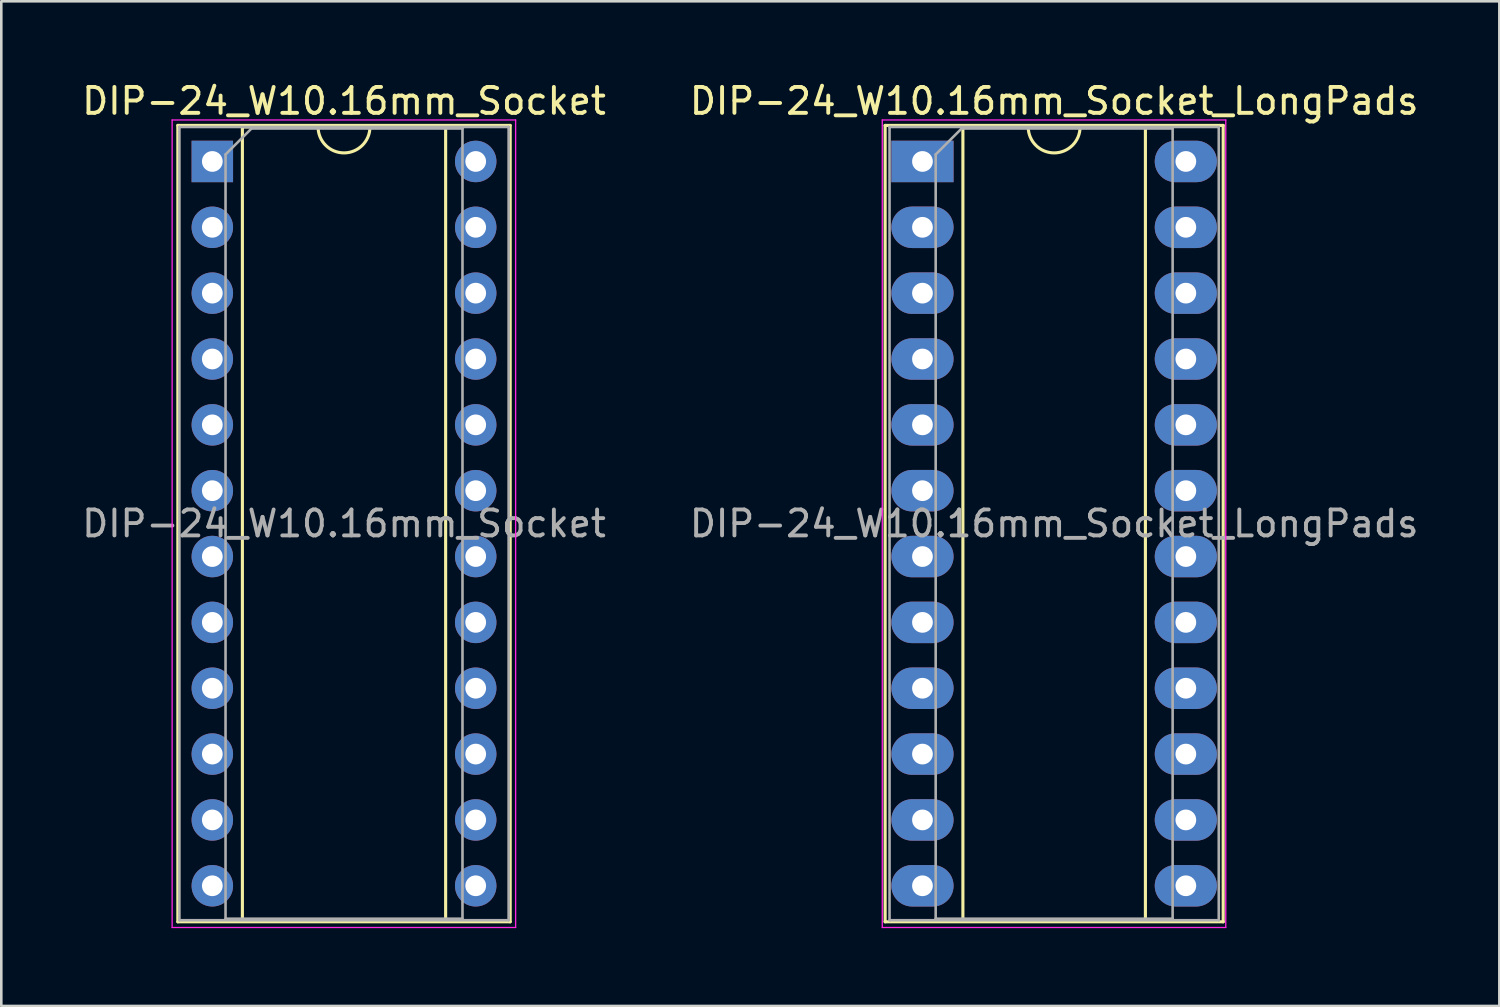
<source format=kicad_pcb>
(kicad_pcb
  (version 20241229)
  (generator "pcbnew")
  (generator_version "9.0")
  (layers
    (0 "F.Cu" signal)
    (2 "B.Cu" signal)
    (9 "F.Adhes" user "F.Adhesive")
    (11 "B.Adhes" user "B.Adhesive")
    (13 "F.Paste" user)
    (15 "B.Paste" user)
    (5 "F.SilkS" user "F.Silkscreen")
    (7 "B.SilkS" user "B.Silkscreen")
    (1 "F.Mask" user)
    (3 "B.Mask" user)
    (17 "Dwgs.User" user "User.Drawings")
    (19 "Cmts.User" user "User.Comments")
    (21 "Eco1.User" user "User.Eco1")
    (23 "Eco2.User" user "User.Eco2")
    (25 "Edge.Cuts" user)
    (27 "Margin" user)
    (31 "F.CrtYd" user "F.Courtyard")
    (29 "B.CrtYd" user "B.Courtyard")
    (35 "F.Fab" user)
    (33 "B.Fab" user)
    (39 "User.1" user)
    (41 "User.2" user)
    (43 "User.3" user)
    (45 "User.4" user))
  (footprint "DIP-24_W10.16mm_Socket"
    (layer "F.Cu")
    (at 5.14 3.178)
    (property "Reference" "DIP-24_W10.16mm_Socket" (at 5.08 -2.33 0) (layer "F.SilkS") (effects (font (size 1 1) (thickness 0.15))))
    (attr through_hole)
    (fp_line (start -1.33 -1.39) (end -1.33 29.33) (stroke (width 0.12) (type solid)) (layer "F.SilkS"))
    (fp_line (start -1.33 29.33) (end 11.49 29.33) (stroke (width 0.12) (type solid)) (layer "F.SilkS"))
    (fp_line (start 1.16 -1.33) (end 1.16 29.27) (stroke (width 0.12) (type solid)) (layer "F.SilkS"))
    (fp_line (start 1.16 29.27) (end 9 29.27) (stroke (width 0.12) (type solid)) (layer "F.SilkS"))
    (fp_line (start 4.08 -1.33) (end 1.16 -1.33) (stroke (width 0.12) (type solid)) (layer "F.SilkS"))
    (fp_line (start 9 -1.33) (end 6.08 -1.33) (stroke (width 0.12) (type solid)) (layer "F.SilkS"))
    (fp_line (start 9 29.27) (end 9 -1.33) (stroke (width 0.12) (type solid)) (layer "F.SilkS"))
    (fp_line (start 11.49 -1.39) (end -1.33 -1.39) (stroke (width 0.12) (type solid)) (layer "F.SilkS"))
    (fp_line (start 11.49 29.33) (end 11.49 -1.39) (stroke (width 0.12) (type solid)) (layer "F.SilkS"))
    (fp_arc (start 6.08 -1.33) (mid 5.08 -0.33) (end 4.08 -1.33) (stroke (width 0.12) (type solid)) (layer "F.SilkS"))
    (fp_line (start -1.55 -1.6) (end -1.55 29.55) (stroke (width 0.05) (type solid)) (layer "F.CrtYd"))
    (fp_line (start -1.55 29.55) (end 11.7 29.55) (stroke (width 0.05) (type solid)) (layer "F.CrtYd"))
    (fp_line (start 11.7 -1.6) (end -1.55 -1.6) (stroke (width 0.05) (type solid)) (layer "F.CrtYd"))
    (fp_line (start 11.7 29.55) (end 11.7 -1.6) (stroke (width 0.05) (type solid)) (layer "F.CrtYd"))
    (fp_line (start -1.27 -1.33) (end -1.27 29.27) (stroke (width 0.1) (type solid)) (layer "F.Fab"))
    (fp_line (start -1.27 29.27) (end 11.43 29.27) (stroke (width 0.1) (type solid)) (layer "F.Fab"))
    (fp_line (start 0.51 -0.27) (end 1.51 -1.27) (stroke (width 0.1) (type solid)) (layer "F.Fab"))
    (fp_line (start 0.51 29.21) (end 0.51 -0.27) (stroke (width 0.1) (type solid)) (layer "F.Fab"))
    (fp_line (start 1.51 -1.27) (end 9.65 -1.27) (stroke (width 0.1) (type solid)) (layer "F.Fab"))
    (fp_line (start 9.65 -1.27) (end 9.65 29.21) (stroke (width 0.1) (type solid)) (layer "F.Fab"))
    (fp_line (start 9.65 29.21) (end 0.51 29.21) (stroke (width 0.1) (type solid)) (layer "F.Fab"))
    (fp_line (start 11.43 -1.33) (end -1.27 -1.33) (stroke (width 0.1) (type solid)) (layer "F.Fab"))
    (fp_line (start 11.43 29.27) (end 11.43 -1.33) (stroke (width 0.1) (type solid)) (layer "F.Fab"))
    (fp_text user "${REFERENCE}" (at 5.08 13.97 0) (layer "F.Fab") (effects (font (size 1 1) (thickness 0.15))))
    (pad "1" thru_hole rect (at 0 0) (size 1.6 1.6) (drill 0.8) (layers "*.Cu" "*.Mask"))
    (pad "2" thru_hole oval (at 0 2.54) (size 1.6 1.6) (drill 0.8) (layers "*.Cu" "*.Mask"))
    (pad "3" thru_hole oval (at 0 5.08) (size 1.6 1.6) (drill 0.8) (layers "*.Cu" "*.Mask"))
    (pad "4" thru_hole oval (at 0 7.62) (size 1.6 1.6) (drill 0.8) (layers "*.Cu" "*.Mask"))
    (pad "5" thru_hole oval (at 0 10.16) (size 1.6 1.6) (drill 0.8) (layers "*.Cu" "*.Mask"))
    (pad "6" thru_hole oval (at 0 12.7) (size 1.6 1.6) (drill 0.8) (layers "*.Cu" "*.Mask"))
    (pad "7" thru_hole oval (at 0 15.24) (size 1.6 1.6) (drill 0.8) (layers "*.Cu" "*.Mask"))
    (pad "8" thru_hole oval (at 0 17.78) (size 1.6 1.6) (drill 0.8) (layers "*.Cu" "*.Mask"))
    (pad "9" thru_hole oval (at 0 20.32) (size 1.6 1.6) (drill 0.8) (layers "*.Cu" "*.Mask"))
    (pad "10" thru_hole oval (at 0 22.86) (size 1.6 1.6) (drill 0.8) (layers "*.Cu" "*.Mask"))
    (pad "11" thru_hole oval (at 0 25.4) (size 1.6 1.6) (drill 0.8) (layers "*.Cu" "*.Mask"))
    (pad "12" thru_hole oval (at 0 27.94) (size 1.6 1.6) (drill 0.8) (layers "*.Cu" "*.Mask"))
    (pad "13" thru_hole oval (at 10.16 27.94) (size 1.6 1.6) (drill 0.8) (layers "*.Cu" "*.Mask"))
    (pad "14" thru_hole oval (at 10.16 25.4) (size 1.6 1.6) (drill 0.8) (layers "*.Cu" "*.Mask"))
    (pad "15" thru_hole oval (at 10.16 22.86) (size 1.6 1.6) (drill 0.8) (layers "*.Cu" "*.Mask"))
    (pad "16" thru_hole oval (at 10.16 20.32) (size 1.6 1.6) (drill 0.8) (layers "*.Cu" "*.Mask"))
    (pad "17" thru_hole oval (at 10.16 17.78) (size 1.6 1.6) (drill 0.8) (layers "*.Cu" "*.Mask"))
    (pad "18" thru_hole oval (at 10.16 15.24) (size 1.6 1.6) (drill 0.8) (layers "*.Cu" "*.Mask"))
    (pad "19" thru_hole oval (at 10.16 12.7) (size 1.6 1.6) (drill 0.8) (layers "*.Cu" "*.Mask"))
    (pad "20" thru_hole oval (at 10.16 10.16) (size 1.6 1.6) (drill 0.8) (layers "*.Cu" "*.Mask"))
    (pad "21" thru_hole oval (at 10.16 7.62) (size 1.6 1.6) (drill 0.8) (layers "*.Cu" "*.Mask"))
    (pad "22" thru_hole oval (at 10.16 5.08) (size 1.6 1.6) (drill 0.8) (layers "*.Cu" "*.Mask"))
    (pad "23" thru_hole oval (at 10.16 2.54) (size 1.6 1.6) (drill 0.8) (layers "*.Cu" "*.Mask"))
    (pad "24" thru_hole oval (at 10.16 0) (size 1.6 1.6) (drill 0.8) (layers "*.Cu" "*.Mask")))
  (footprint "DIP-24_W10.16mm_Socket_LongPads"
    (layer "F.Cu")
    (at 32.533 3.178)
    (property "Reference" "DIP-24_W10.16mm_Socket_LongPads" (at 5.08 -2.33 0) (layer "F.SilkS") (effects (font (size 1 1) (thickness 0.15))))
    (attr through_hole)
    (fp_line (start -1.44 -1.39) (end -1.44 29.33) (stroke (width 0.12) (type solid)) (layer "F.SilkS"))
    (fp_line (start -1.44 29.33) (end 11.6 29.33) (stroke (width 0.12) (type solid)) (layer "F.SilkS"))
    (fp_line (start 1.56 -1.33) (end 1.56 29.27) (stroke (width 0.12) (type solid)) (layer "F.SilkS"))
    (fp_line (start 1.56 29.27) (end 8.6 29.27) (stroke (width 0.12) (type solid)) (layer "F.SilkS"))
    (fp_line (start 4.08 -1.33) (end 1.56 -1.33) (stroke (width 0.12) (type solid)) (layer "F.SilkS"))
    (fp_line (start 8.6 -1.33) (end 6.08 -1.33) (stroke (width 0.12) (type solid)) (layer "F.SilkS"))
    (fp_line (start 8.6 29.27) (end 8.6 -1.33) (stroke (width 0.12) (type solid)) (layer "F.SilkS"))
    (fp_line (start 11.6 -1.39) (end -1.44 -1.39) (stroke (width 0.12) (type solid)) (layer "F.SilkS"))
    (fp_line (start 11.6 29.33) (end 11.6 -1.39) (stroke (width 0.12) (type solid)) (layer "F.SilkS"))
    (fp_arc (start 6.08 -1.33) (mid 5.08 -0.33) (end 4.08 -1.33) (stroke (width 0.12) (type solid)) (layer "F.SilkS"))
    (fp_line (start -1.55 -1.6) (end -1.55 29.55) (stroke (width 0.05) (type solid)) (layer "F.CrtYd"))
    (fp_line (start -1.55 29.55) (end 11.7 29.55) (stroke (width 0.05) (type solid)) (layer "F.CrtYd"))
    (fp_line (start 11.7 -1.6) (end -1.55 -1.6) (stroke (width 0.05) (type solid)) (layer "F.CrtYd"))
    (fp_line (start 11.7 29.55) (end 11.7 -1.6) (stroke (width 0.05) (type solid)) (layer "F.CrtYd"))
    (fp_line (start -1.27 -1.33) (end -1.27 29.27) (stroke (width 0.1) (type solid)) (layer "F.Fab"))
    (fp_line (start -1.27 29.27) (end 11.43 29.27) (stroke (width 0.1) (type solid)) (layer "F.Fab"))
    (fp_line (start 0.51 -0.27) (end 1.51 -1.27) (stroke (width 0.1) (type solid)) (layer "F.Fab"))
    (fp_line (start 0.51 29.21) (end 0.51 -0.27) (stroke (width 0.1) (type solid)) (layer "F.Fab"))
    (fp_line (start 1.51 -1.27) (end 9.65 -1.27) (stroke (width 0.1) (type solid)) (layer "F.Fab"))
    (fp_line (start 9.65 -1.27) (end 9.65 29.21) (stroke (width 0.1) (type solid)) (layer "F.Fab"))
    (fp_line (start 9.65 29.21) (end 0.51 29.21) (stroke (width 0.1) (type solid)) (layer "F.Fab"))
    (fp_line (start 11.43 -1.33) (end -1.27 -1.33) (stroke (width 0.1) (type solid)) (layer "F.Fab"))
    (fp_line (start 11.43 29.27) (end 11.43 -1.33) (stroke (width 0.1) (type solid)) (layer "F.Fab"))
    (fp_text user "${REFERENCE}" (at 5.08 13.97 0) (layer "F.Fab") (effects (font (size 1 1) (thickness 0.15))))
    (pad "1" thru_hole rect (at 0 0) (size 2.4 1.6) (drill 0.8) (layers "*.Cu" "*.Mask"))
    (pad "2" thru_hole oval (at 0 2.54) (size 2.4 1.6) (drill 0.8) (layers "*.Cu" "*.Mask"))
    (pad "3" thru_hole oval (at 0 5.08) (size 2.4 1.6) (drill 0.8) (layers "*.Cu" "*.Mask"))
    (pad "4" thru_hole oval (at 0 7.62) (size 2.4 1.6) (drill 0.8) (layers "*.Cu" "*.Mask"))
    (pad "5" thru_hole oval (at 0 10.16) (size 2.4 1.6) (drill 0.8) (layers "*.Cu" "*.Mask"))
    (pad "6" thru_hole oval (at 0 12.7) (size 2.4 1.6) (drill 0.8) (layers "*.Cu" "*.Mask"))
    (pad "7" thru_hole oval (at 0 15.24) (size 2.4 1.6) (drill 0.8) (layers "*.Cu" "*.Mask"))
    (pad "8" thru_hole oval (at 0 17.78) (size 2.4 1.6) (drill 0.8) (layers "*.Cu" "*.Mask"))
    (pad "9" thru_hole oval (at 0 20.32) (size 2.4 1.6) (drill 0.8) (layers "*.Cu" "*.Mask"))
    (pad "10" thru_hole oval (at 0 22.86) (size 2.4 1.6) (drill 0.8) (layers "*.Cu" "*.Mask"))
    (pad "11" thru_hole oval (at 0 25.4) (size 2.4 1.6) (drill 0.8) (layers "*.Cu" "*.Mask"))
    (pad "12" thru_hole oval (at 0 27.94) (size 2.4 1.6) (drill 0.8) (layers "*.Cu" "*.Mask"))
    (pad "13" thru_hole oval (at 10.16 27.94) (size 2.4 1.6) (drill 0.8) (layers "*.Cu" "*.Mask"))
    (pad "14" thru_hole oval (at 10.16 25.4) (size 2.4 1.6) (drill 0.8) (layers "*.Cu" "*.Mask"))
    (pad "15" thru_hole oval (at 10.16 22.86) (size 2.4 1.6) (drill 0.8) (layers "*.Cu" "*.Mask"))
    (pad "16" thru_hole oval (at 10.16 20.32) (size 2.4 1.6) (drill 0.8) (layers "*.Cu" "*.Mask"))
    (pad "17" thru_hole oval (at 10.16 17.78) (size 2.4 1.6) (drill 0.8) (layers "*.Cu" "*.Mask"))
    (pad "18" thru_hole oval (at 10.16 15.24) (size 2.4 1.6) (drill 0.8) (layers "*.Cu" "*.Mask"))
    (pad "19" thru_hole oval (at 10.16 12.7) (size 2.4 1.6) (drill 0.8) (layers "*.Cu" "*.Mask"))
    (pad "20" thru_hole oval (at 10.16 10.16) (size 2.4 1.6) (drill 0.8) (layers "*.Cu" "*.Mask"))
    (pad "21" thru_hole oval (at 10.16 7.62) (size 2.4 1.6) (drill 0.8) (layers "*.Cu" "*.Mask"))
    (pad "22" thru_hole oval (at 10.16 5.08) (size 2.4 1.6) (drill 0.8) (layers "*.Cu" "*.Mask"))
    (pad "23" thru_hole oval (at 10.16 2.54) (size 2.4 1.6) (drill 0.8) (layers "*.Cu" "*.Mask"))
    (pad "24" thru_hole oval (at 10.16 0) (size 2.4 1.6) (drill 0.8) (layers "*.Cu" "*.Mask")))
  (gr_rect
    (start -3 -3)
    (end 54.786 35.753)
    (stroke (width 0.1) (type default))
    (fill no)
    (layer "Edge.Cuts")))
</source>
